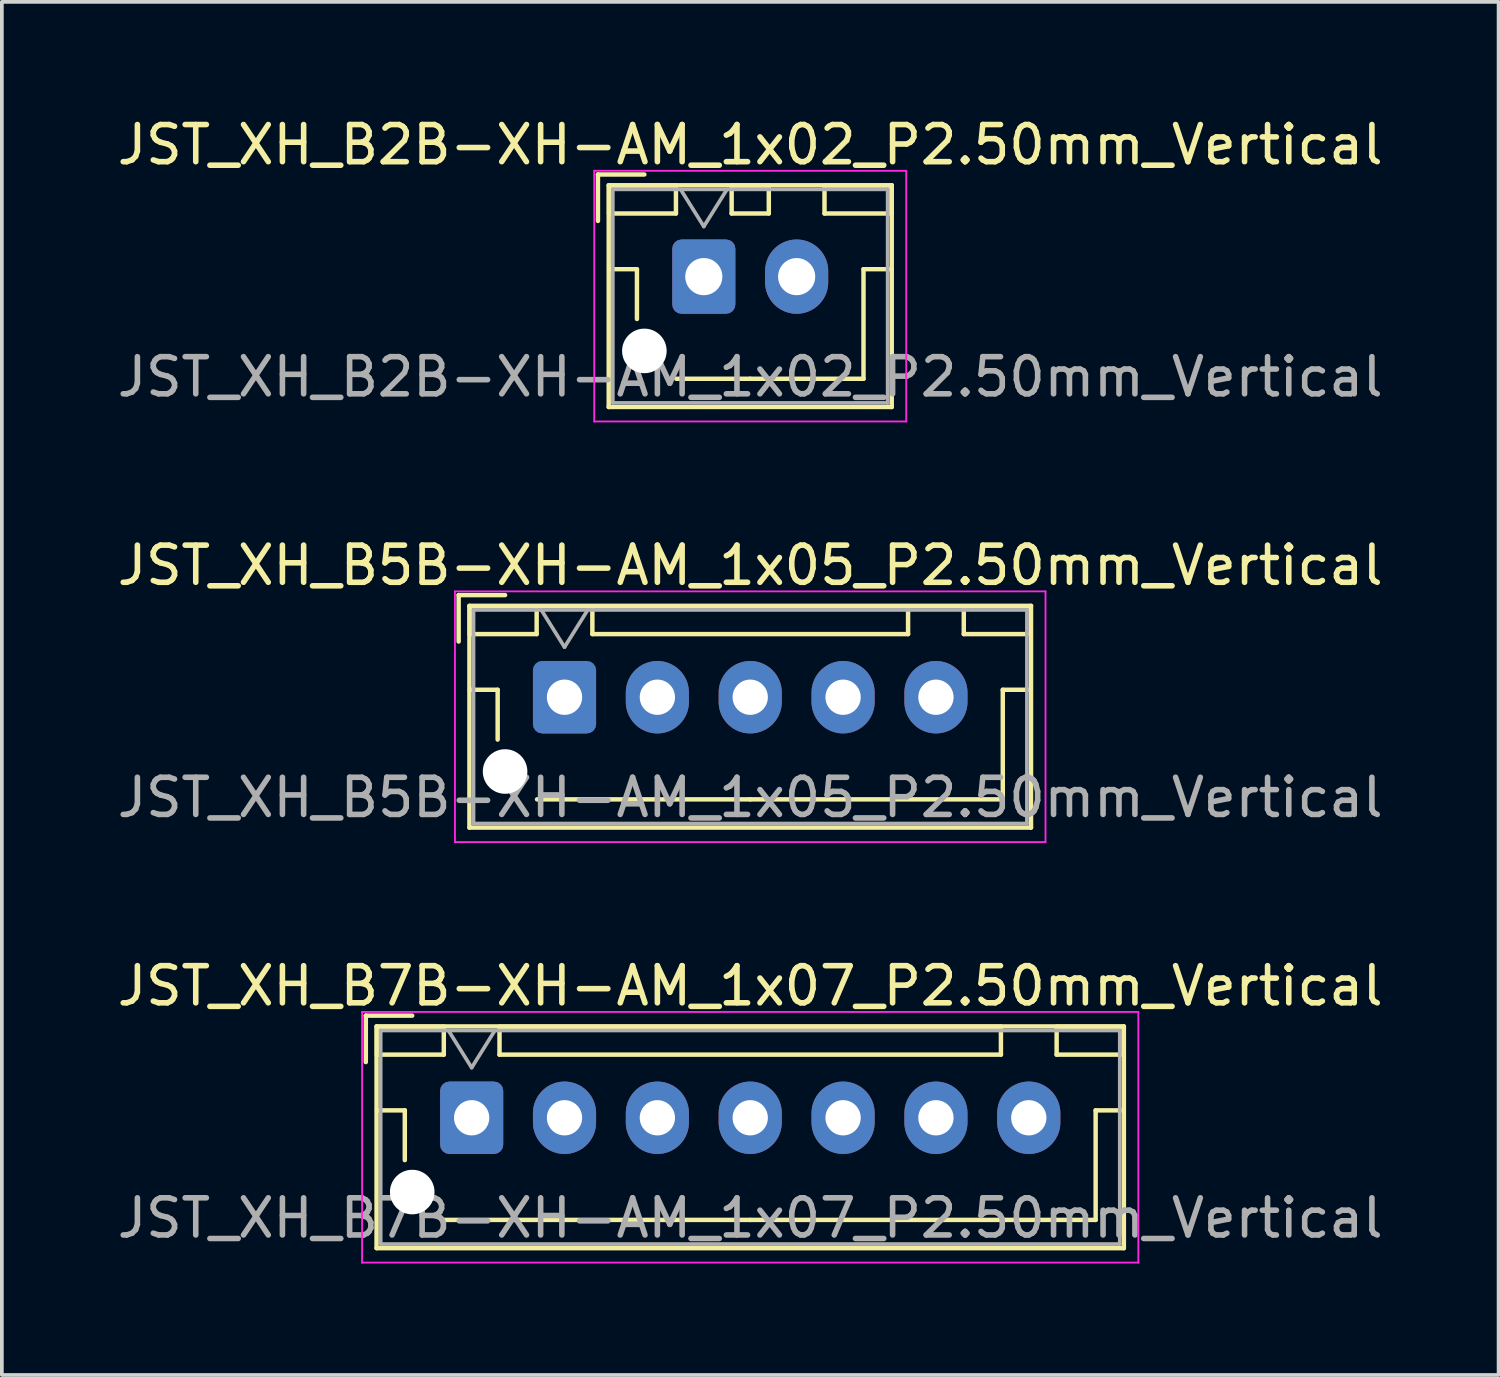
<source format=kicad_pcb>
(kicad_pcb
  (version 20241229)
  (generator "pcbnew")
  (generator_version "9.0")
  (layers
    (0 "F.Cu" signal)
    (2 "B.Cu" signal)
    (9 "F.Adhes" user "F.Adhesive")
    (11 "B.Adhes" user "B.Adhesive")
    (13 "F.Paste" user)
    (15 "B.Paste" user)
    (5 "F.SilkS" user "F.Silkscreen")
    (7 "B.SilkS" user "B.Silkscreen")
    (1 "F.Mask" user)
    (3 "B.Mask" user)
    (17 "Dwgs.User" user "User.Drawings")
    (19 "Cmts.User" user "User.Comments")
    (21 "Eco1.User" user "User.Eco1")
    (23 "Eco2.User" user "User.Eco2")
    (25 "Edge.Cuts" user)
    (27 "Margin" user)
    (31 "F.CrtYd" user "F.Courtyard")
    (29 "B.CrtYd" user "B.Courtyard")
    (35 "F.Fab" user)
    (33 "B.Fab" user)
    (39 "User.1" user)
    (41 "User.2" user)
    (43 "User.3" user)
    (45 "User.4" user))
  (footprint "JST_XH_B5B-XH-AM_1x05_P2.50mm_Vertical"
    (layer "F.Cu")
    (at 12.149 15.722)
    (property "Reference" "JST_XH_B5B-XH-AM_1x05_P2.50mm_Vertical" (at 5 -3.55 0) (layer "F.SilkS") (effects (font (size 1 1) (thickness 0.15))))
    (attr through_hole)
    (fp_line (start -2.85 -2.75) (end -2.85 -1.5) (stroke (width 0.12) (type solid)) (layer "F.SilkS"))
    (fp_line (start -2.56 -2.46) (end -2.56 3.51) (stroke (width 0.12) (type solid)) (layer "F.SilkS"))
    (fp_line (start -2.56 3.51) (end 12.56 3.51) (stroke (width 0.12) (type solid)) (layer "F.SilkS"))
    (fp_line (start -2.55 -2.45) (end -2.55 -1.7) (stroke (width 0.12) (type solid)) (layer "F.SilkS"))
    (fp_line (start -2.55 -1.7) (end -0.75 -1.7) (stroke (width 0.12) (type solid)) (layer "F.SilkS"))
    (fp_line (start -2.55 -0.2) (end -1.8 -0.2) (stroke (width 0.12) (type solid)) (layer "F.SilkS"))
    (fp_line (start -1.8 -0.2) (end -1.8 1.14) (stroke (width 0.12) (type solid)) (layer "F.SilkS"))
    (fp_line (start -1.6 -2.75) (end -2.85 -2.75) (stroke (width 0.12) (type solid)) (layer "F.SilkS"))
    (fp_line (start -0.75 -2.45) (end -2.55 -2.45) (stroke (width 0.12) (type solid)) (layer "F.SilkS"))
    (fp_line (start -0.75 -1.7) (end -0.75 -2.45) (stroke (width 0.12) (type solid)) (layer "F.SilkS"))
    (fp_line (start 0.75 -2.45) (end 0.75 -1.7) (stroke (width 0.12) (type solid)) (layer "F.SilkS"))
    (fp_line (start 0.75 -1.7) (end 9.25 -1.7) (stroke (width 0.12) (type solid)) (layer "F.SilkS"))
    (fp_line (start 5 2.75) (end -0.74 2.75) (stroke (width 0.12) (type solid)) (layer "F.SilkS"))
    (fp_line (start 9.25 -2.45) (end 0.75 -2.45) (stroke (width 0.12) (type solid)) (layer "F.SilkS"))
    (fp_line (start 9.25 -1.7) (end 9.25 -2.45) (stroke (width 0.12) (type solid)) (layer "F.SilkS"))
    (fp_line (start 10.75 -2.45) (end 10.75 -1.7) (stroke (width 0.12) (type solid)) (layer "F.SilkS"))
    (fp_line (start 10.75 -1.7) (end 12.55 -1.7) (stroke (width 0.12) (type solid)) (layer "F.SilkS"))
    (fp_line (start 11.8 -0.2) (end 11.8 2.75) (stroke (width 0.12) (type solid)) (layer "F.SilkS"))
    (fp_line (start 11.8 2.75) (end 5 2.75) (stroke (width 0.12) (type solid)) (layer "F.SilkS"))
    (fp_line (start 12.55 -2.45) (end 10.75 -2.45) (stroke (width 0.12) (type solid)) (layer "F.SilkS"))
    (fp_line (start 12.55 -1.7) (end 12.55 -2.45) (stroke (width 0.12) (type solid)) (layer "F.SilkS"))
    (fp_line (start 12.55 -0.2) (end 11.8 -0.2) (stroke (width 0.12) (type solid)) (layer "F.SilkS"))
    (fp_line (start 12.56 -2.46) (end -2.56 -2.46) (stroke (width 0.12) (type solid)) (layer "F.SilkS"))
    (fp_line (start 12.56 3.51) (end 12.56 -2.46) (stroke (width 0.12) (type solid)) (layer "F.SilkS"))
    (fp_line (start -2.95 -2.85) (end -2.95 3.9) (stroke (width 0.05) (type solid)) (layer "F.CrtYd"))
    (fp_line (start -2.95 3.9) (end 12.95 3.9) (stroke (width 0.05) (type solid)) (layer "F.CrtYd"))
    (fp_line (start 12.95 -2.85) (end -2.95 -2.85) (stroke (width 0.05) (type solid)) (layer "F.CrtYd"))
    (fp_line (start 12.95 3.9) (end 12.95 -2.85) (stroke (width 0.05) (type solid)) (layer "F.CrtYd"))
    (fp_line (start -2.45 -2.35) (end -2.45 3.4) (stroke (width 0.1) (type solid)) (layer "F.Fab"))
    (fp_line (start -2.45 3.4) (end 12.45 3.4) (stroke (width 0.1) (type solid)) (layer "F.Fab"))
    (fp_line (start -0.625 -2.35) (end 0 -1.35) (stroke (width 0.1) (type solid)) (layer "F.Fab"))
    (fp_line (start 0 -1.35) (end 0.625 -2.35) (stroke (width 0.1) (type solid)) (layer "F.Fab"))
    (fp_line (start 12.45 -2.35) (end -2.45 -2.35) (stroke (width 0.1) (type solid)) (layer "F.Fab"))
    (fp_line (start 12.45 3.4) (end 12.45 -2.35) (stroke (width 0.1) (type solid)) (layer "F.Fab"))
    (fp_text user "${REFERENCE}" (at 5 2.7 0) (layer "F.Fab") (effects (font (size 1 1) (thickness 0.15))))
    (pad "" np_thru_hole circle (at -1.6 2) (size 1.2 1.2) (drill 1.2) (layers "*.Cu" "*.Mask"))
    (pad "1" thru_hole roundrect (at 0 0) (size 1.7 1.95) (drill 0.95) (layers "*.Cu" "*.Mask") (roundrect_rratio 0.147))
    (pad "2" thru_hole oval (at 2.5 0) (size 1.7 1.95) (drill 0.95) (layers "*.Cu" "*.Mask"))
    (pad "3" thru_hole oval (at 5 0) (size 1.7 1.95) (drill 0.95) (layers "*.Cu" "*.Mask"))
    (pad "4" thru_hole oval (at 7.5 0) (size 1.7 1.95) (drill 0.95) (layers "*.Cu" "*.Mask"))
    (pad "5" thru_hole oval (at 10 0) (size 1.7 1.95) (drill 0.95) (layers "*.Cu" "*.Mask")))
  (footprint "JST_XH_B7B-XH-AM_1x07_P2.50mm_Vertical"
    (layer "F.Cu")
    (at 9.649 27.045)
    (property "Reference" "JST_XH_B7B-XH-AM_1x07_P2.50mm_Vertical" (at 7.5 -3.55 0) (layer "F.SilkS") (effects (font (size 1 1) (thickness 0.15))))
    (attr through_hole)
    (fp_line (start -2.85 -2.75) (end -2.85 -1.5) (stroke (width 0.12) (type solid)) (layer "F.SilkS"))
    (fp_line (start -2.56 -2.46) (end -2.56 3.51) (stroke (width 0.12) (type solid)) (layer "F.SilkS"))
    (fp_line (start -2.56 3.51) (end 17.56 3.51) (stroke (width 0.12) (type solid)) (layer "F.SilkS"))
    (fp_line (start -2.55 -2.45) (end -2.55 -1.7) (stroke (width 0.12) (type solid)) (layer "F.SilkS"))
    (fp_line (start -2.55 -1.7) (end -0.75 -1.7) (stroke (width 0.12) (type solid)) (layer "F.SilkS"))
    (fp_line (start -2.55 -0.2) (end -1.8 -0.2) (stroke (width 0.12) (type solid)) (layer "F.SilkS"))
    (fp_line (start -1.8 -0.2) (end -1.8 1.14) (stroke (width 0.12) (type solid)) (layer "F.SilkS"))
    (fp_line (start -1.6 -2.75) (end -2.85 -2.75) (stroke (width 0.12) (type solid)) (layer "F.SilkS"))
    (fp_line (start -0.75 -2.45) (end -2.55 -2.45) (stroke (width 0.12) (type solid)) (layer "F.SilkS"))
    (fp_line (start -0.75 -1.7) (end -0.75 -2.45) (stroke (width 0.12) (type solid)) (layer "F.SilkS"))
    (fp_line (start 0.75 -2.45) (end 0.75 -1.7) (stroke (width 0.12) (type solid)) (layer "F.SilkS"))
    (fp_line (start 0.75 -1.7) (end 14.25 -1.7) (stroke (width 0.12) (type solid)) (layer "F.SilkS"))
    (fp_line (start 7.5 2.75) (end -0.74 2.75) (stroke (width 0.12) (type solid)) (layer "F.SilkS"))
    (fp_line (start 14.25 -2.45) (end 0.75 -2.45) (stroke (width 0.12) (type solid)) (layer "F.SilkS"))
    (fp_line (start 14.25 -1.7) (end 14.25 -2.45) (stroke (width 0.12) (type solid)) (layer "F.SilkS"))
    (fp_line (start 15.75 -2.45) (end 15.75 -1.7) (stroke (width 0.12) (type solid)) (layer "F.SilkS"))
    (fp_line (start 15.75 -1.7) (end 17.55 -1.7) (stroke (width 0.12) (type solid)) (layer "F.SilkS"))
    (fp_line (start 16.8 -0.2) (end 16.8 2.75) (stroke (width 0.12) (type solid)) (layer "F.SilkS"))
    (fp_line (start 16.8 2.75) (end 7.5 2.75) (stroke (width 0.12) (type solid)) (layer "F.SilkS"))
    (fp_line (start 17.55 -2.45) (end 15.75 -2.45) (stroke (width 0.12) (type solid)) (layer "F.SilkS"))
    (fp_line (start 17.55 -1.7) (end 17.55 -2.45) (stroke (width 0.12) (type solid)) (layer "F.SilkS"))
    (fp_line (start 17.55 -0.2) (end 16.8 -0.2) (stroke (width 0.12) (type solid)) (layer "F.SilkS"))
    (fp_line (start 17.56 -2.46) (end -2.56 -2.46) (stroke (width 0.12) (type solid)) (layer "F.SilkS"))
    (fp_line (start 17.56 3.51) (end 17.56 -2.46) (stroke (width 0.12) (type solid)) (layer "F.SilkS"))
    (fp_line (start -2.95 -2.85) (end -2.95 3.9) (stroke (width 0.05) (type solid)) (layer "F.CrtYd"))
    (fp_line (start -2.95 3.9) (end 17.95 3.9) (stroke (width 0.05) (type solid)) (layer "F.CrtYd"))
    (fp_line (start 17.95 -2.85) (end -2.95 -2.85) (stroke (width 0.05) (type solid)) (layer "F.CrtYd"))
    (fp_line (start 17.95 3.9) (end 17.95 -2.85) (stroke (width 0.05) (type solid)) (layer "F.CrtYd"))
    (fp_line (start -2.45 -2.35) (end -2.45 3.4) (stroke (width 0.1) (type solid)) (layer "F.Fab"))
    (fp_line (start -2.45 3.4) (end 17.45 3.4) (stroke (width 0.1) (type solid)) (layer "F.Fab"))
    (fp_line (start -0.625 -2.35) (end 0 -1.35) (stroke (width 0.1) (type solid)) (layer "F.Fab"))
    (fp_line (start 0 -1.35) (end 0.625 -2.35) (stroke (width 0.1) (type solid)) (layer "F.Fab"))
    (fp_line (start 17.45 -2.35) (end -2.45 -2.35) (stroke (width 0.1) (type solid)) (layer "F.Fab"))
    (fp_line (start 17.45 3.4) (end 17.45 -2.35) (stroke (width 0.1) (type solid)) (layer "F.Fab"))
    (fp_text user "${REFERENCE}" (at 7.5 2.7 0) (layer "F.Fab") (effects (font (size 1 1) (thickness 0.15))))
    (pad "" np_thru_hole circle (at -1.6 2) (size 1.2 1.2) (drill 1.2) (layers "*.Cu" "*.Mask"))
    (pad "1" thru_hole roundrect (at 0 0) (size 1.7 1.95) (drill 0.95) (layers "*.Cu" "*.Mask") (roundrect_rratio 0.147))
    (pad "2" thru_hole oval (at 2.5 0) (size 1.7 1.95) (drill 0.95) (layers "*.Cu" "*.Mask"))
    (pad "3" thru_hole oval (at 5 0) (size 1.7 1.95) (drill 0.95) (layers "*.Cu" "*.Mask"))
    (pad "4" thru_hole oval (at 7.5 0) (size 1.7 1.95) (drill 0.95) (layers "*.Cu" "*.Mask"))
    (pad "5" thru_hole oval (at 10 0) (size 1.7 1.95) (drill 0.95) (layers "*.Cu" "*.Mask"))
    (pad "6" thru_hole oval (at 12.5 0) (size 1.7 1.95) (drill 0.95) (layers "*.Cu" "*.Mask"))
    (pad "7" thru_hole oval (at 15 0) (size 1.7 1.95) (drill 0.95) (layers "*.Cu" "*.Mask")))
  (footprint "JST_XH_B2B-XH-AM_1x02_P2.50mm_Vertical"
    (layer "F.Cu")
    (at 15.899 4.398)
    (property "Reference" "JST_XH_B2B-XH-AM_1x02_P2.50mm_Vertical" (at 1.25 -3.55 0) (layer "F.SilkS") (effects (font (size 1 1) (thickness 0.15))))
    (attr through_hole)
    (fp_line (start -2.85 -2.75) (end -2.85 -1.5) (stroke (width 0.12) (type solid)) (layer "F.SilkS"))
    (fp_line (start -2.56 -2.46) (end -2.56 3.51) (stroke (width 0.12) (type solid)) (layer "F.SilkS"))
    (fp_line (start -2.56 3.51) (end 5.06 3.51) (stroke (width 0.12) (type solid)) (layer "F.SilkS"))
    (fp_line (start -2.55 -2.45) (end -2.55 -1.7) (stroke (width 0.12) (type solid)) (layer "F.SilkS"))
    (fp_line (start -2.55 -1.7) (end -0.75 -1.7) (stroke (width 0.12) (type solid)) (layer "F.SilkS"))
    (fp_line (start -2.55 -0.2) (end -1.8 -0.2) (stroke (width 0.12) (type solid)) (layer "F.SilkS"))
    (fp_line (start -1.8 -0.2) (end -1.8 1.14) (stroke (width 0.12) (type solid)) (layer "F.SilkS"))
    (fp_line (start -1.6 -2.75) (end -2.85 -2.75) (stroke (width 0.12) (type solid)) (layer "F.SilkS"))
    (fp_line (start -0.75 -2.45) (end -2.55 -2.45) (stroke (width 0.12) (type solid)) (layer "F.SilkS"))
    (fp_line (start -0.75 -1.7) (end -0.75 -2.45) (stroke (width 0.12) (type solid)) (layer "F.SilkS"))
    (fp_line (start 0.75 -2.45) (end 0.75 -1.7) (stroke (width 0.12) (type solid)) (layer "F.SilkS"))
    (fp_line (start 0.75 -1.7) (end 1.75 -1.7) (stroke (width 0.12) (type solid)) (layer "F.SilkS"))
    (fp_line (start 1.25 2.75) (end -0.74 2.75) (stroke (width 0.12) (type solid)) (layer "F.SilkS"))
    (fp_line (start 1.75 -2.45) (end 0.75 -2.45) (stroke (width 0.12) (type solid)) (layer "F.SilkS"))
    (fp_line (start 1.75 -1.7) (end 1.75 -2.45) (stroke (width 0.12) (type solid)) (layer "F.SilkS"))
    (fp_line (start 3.25 -2.45) (end 3.25 -1.7) (stroke (width 0.12) (type solid)) (layer "F.SilkS"))
    (fp_line (start 3.25 -1.7) (end 5.05 -1.7) (stroke (width 0.12) (type solid)) (layer "F.SilkS"))
    (fp_line (start 4.3 -0.2) (end 4.3 2.75) (stroke (width 0.12) (type solid)) (layer "F.SilkS"))
    (fp_line (start 4.3 2.75) (end 1.25 2.75) (stroke (width 0.12) (type solid)) (layer "F.SilkS"))
    (fp_line (start 5.05 -2.45) (end 3.25 -2.45) (stroke (width 0.12) (type solid)) (layer "F.SilkS"))
    (fp_line (start 5.05 -1.7) (end 5.05 -2.45) (stroke (width 0.12) (type solid)) (layer "F.SilkS"))
    (fp_line (start 5.05 -0.2) (end 4.3 -0.2) (stroke (width 0.12) (type solid)) (layer "F.SilkS"))
    (fp_line (start 5.06 -2.46) (end -2.56 -2.46) (stroke (width 0.12) (type solid)) (layer "F.SilkS"))
    (fp_line (start 5.06 3.51) (end 5.06 -2.46) (stroke (width 0.12) (type solid)) (layer "F.SilkS"))
    (fp_line (start -2.95 -2.85) (end -2.95 3.9) (stroke (width 0.05) (type solid)) (layer "F.CrtYd"))
    (fp_line (start -2.95 3.9) (end 5.45 3.9) (stroke (width 0.05) (type solid)) (layer "F.CrtYd"))
    (fp_line (start 5.45 -2.85) (end -2.95 -2.85) (stroke (width 0.05) (type solid)) (layer "F.CrtYd"))
    (fp_line (start 5.45 3.9) (end 5.45 -2.85) (stroke (width 0.05) (type solid)) (layer "F.CrtYd"))
    (fp_line (start -2.45 -2.35) (end -2.45 3.4) (stroke (width 0.1) (type solid)) (layer "F.Fab"))
    (fp_line (start -2.45 3.4) (end 4.95 3.4) (stroke (width 0.1) (type solid)) (layer "F.Fab"))
    (fp_line (start -0.625 -2.35) (end 0 -1.35) (stroke (width 0.1) (type solid)) (layer "F.Fab"))
    (fp_line (start 0 -1.35) (end 0.625 -2.35) (stroke (width 0.1) (type solid)) (layer "F.Fab"))
    (fp_line (start 4.95 -2.35) (end -2.45 -2.35) (stroke (width 0.1) (type solid)) (layer "F.Fab"))
    (fp_line (start 4.95 3.4) (end 4.95 -2.35) (stroke (width 0.1) (type solid)) (layer "F.Fab"))
    (fp_text user "${REFERENCE}" (at 1.25 2.7 0) (layer "F.Fab") (effects (font (size 1 1) (thickness 0.15))))
    (pad "" np_thru_hole circle (at -1.6 2) (size 1.2 1.2) (drill 1.2) (layers "*.Cu" "*.Mask"))
    (pad "1" thru_hole roundrect (at 0 0) (size 1.7 2) (drill 1) (layers "*.Cu" "*.Mask") (roundrect_rratio 0.147))
    (pad "2" thru_hole oval (at 2.5 0) (size 1.7 2) (drill 1) (layers "*.Cu" "*.Mask")))
  (gr_rect
    (start -3 -3)
    (end 37.298 33.97)
    (stroke (width 0.1) (type default))
    (fill no)
    (layer "Edge.Cuts")))
</source>
